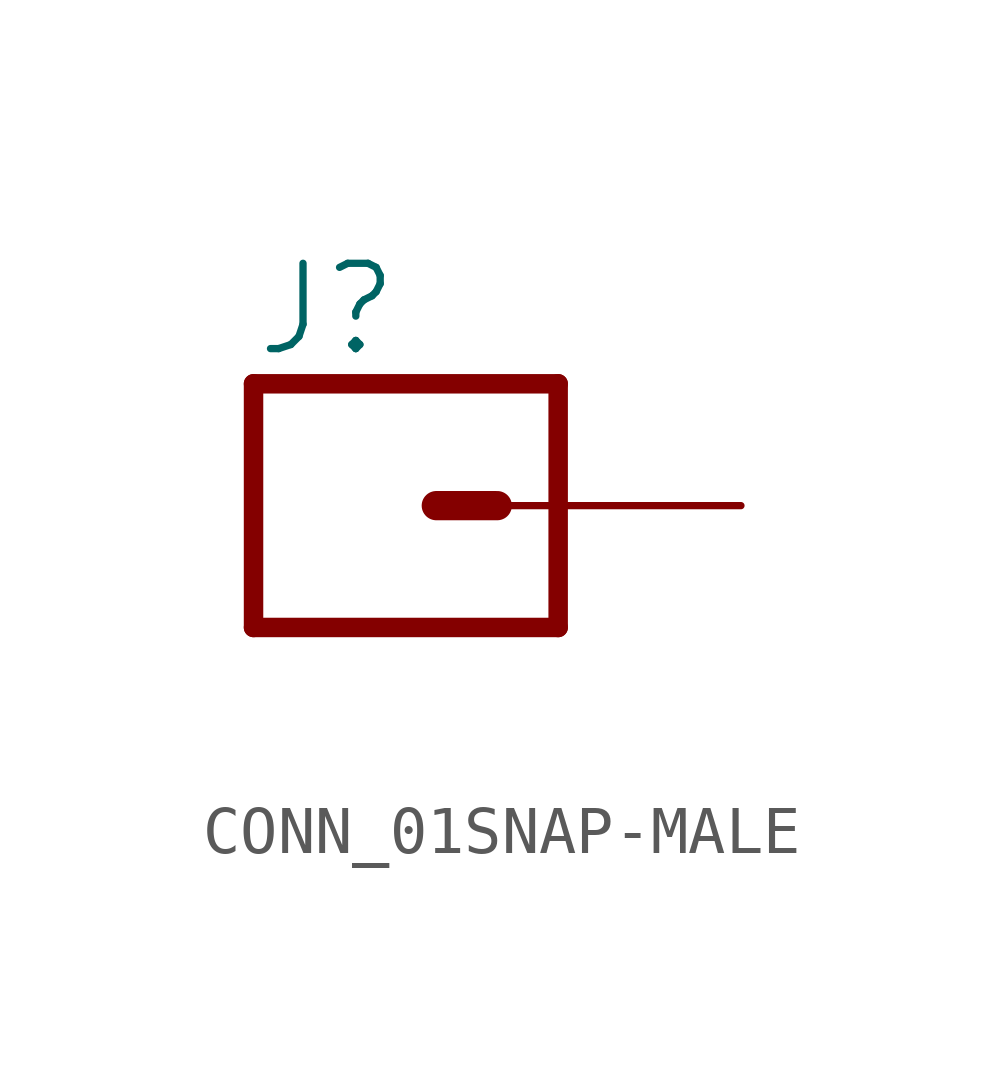
<source format=kicad_sym>
(kicad_symbol_lib
  (version 20220914)
  (generator kicad_symbol_editor)
  (symbol "CONN_01SNAP-MALE"
    (property "Reference" "J"
      (at -2.54 3.048 0)
      (effects (font (size 1.778 1.778)) (justify left bottom)))
    (property "Value" ""
      (at -2.54 -4.826 0)
      (effects (font (size 1.778 1.778)) (justify left bottom)))
    (property "ki_locked" ""
      (at 0 0 0)
      (effects (font (size 1.27 1.27))))
    (symbol "CONN_01SNAP-MALE_1_0"
      (polyline (pts (xy -2.54 2.54) (xy -2.54 -2.54)) (stroke (width 0.406) (type solid)) (fill (type none)))
      (polyline (pts (xy -2.54 2.54) (xy 3.81 2.54)) (stroke (width 0.406) (type solid)) (fill (type none)))
      (polyline (pts (xy 1.27 0) (xy 2.54 0)) (stroke (width 0.61) (type solid)) (fill (type none)))
      (polyline (pts (xy 3.81 -2.54) (xy -2.54 -2.54)) (stroke (width 0.406) (type solid)) (fill (type none)))
      (polyline (pts (xy 3.81 -2.54) (xy 3.81 2.54)) (stroke (width 0.406) (type solid)) (fill (type none)))
      (pin passive line (at 7.62 0 180) (length 5.08) (name "1" (effects (font (size 0 0)))) (number "2" (effects (font (size 0 0))))))))
</source>
